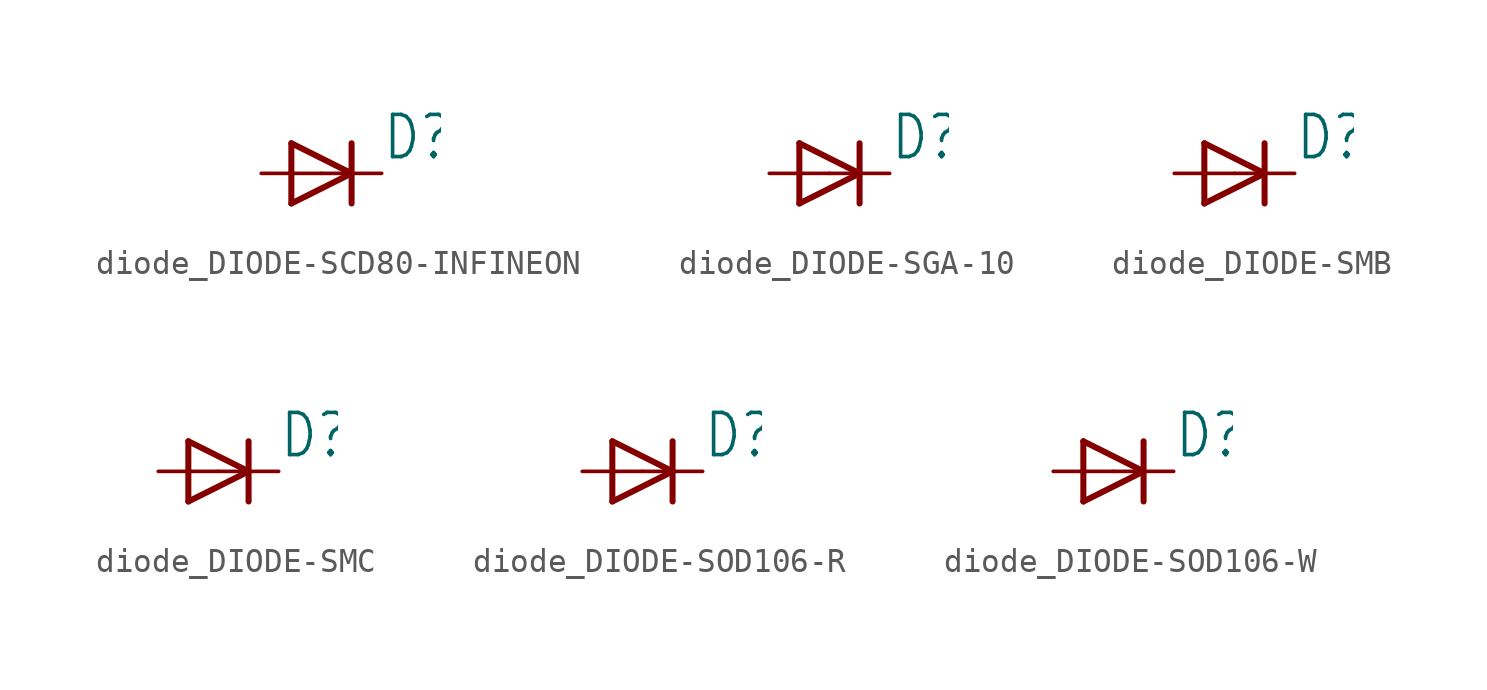
<source format=kicad_sym>
(kicad_symbol_lib
  (version 20231120)
  (generator "kicad_symbol_editor")
  (generator_version "8.0")
  (symbol "diode_DIODE-SCD80-INFINEON"
    (property "Reference" "D"
      (at 2.54 0.483 0)
      (effects (font (size 1.778 1.511)) (justify left bottom)))
    (property "Value" ""
      (at 2.54 -2.311 0)
      (effects (font (size 1.778 1.511)) (justify left bottom)))
    (property "ki_locked" ""
      (at 0 0 0)
      (effects (font (size 1.27 1.27))))
    (symbol "diode_DIODE-SCD80-INFINEON_1_0"
      (polyline (pts (xy -1.27 -1.27) (xy 1.27 0)) (stroke (width 0.254) (type solid)) (fill (type none)))
      (polyline (pts (xy -1.27 1.27) (xy -1.27 -1.27)) (stroke (width 0.254) (type solid)) (fill (type none)))
      (polyline (pts (xy 1.27 0) (xy -1.27 1.27)) (stroke (width 0.254) (type solid)) (fill (type none)))
      (polyline (pts (xy 1.27 0) (xy 1.27 -1.27)) (stroke (width 0.254) (type solid)) (fill (type none)))
      (polyline (pts (xy 1.27 1.27) (xy 1.27 0)) (stroke (width 0.254) (type solid)) (fill (type none)))
      (pin passive line (at -2.54 0 0) (length 2.54) (name "A" (effects (font (size 0 0)))) (number "A" (effects (font (size 0 0)))))
      (pin passive line (at 2.54 0 180) (length 2.54) (name "C" (effects (font (size 0 0)))) (number "C" (effects (font (size 0 0)))))))
  (symbol "diode_DIODE-SGA-10"
    (property "Reference" "D"
      (at 2.54 0.483 0)
      (effects (font (size 1.778 1.511)) (justify left bottom)))
    (property "Value" ""
      (at 2.54 -2.311 0)
      (effects (font (size 1.778 1.511)) (justify left bottom)))
    (property "ki_locked" ""
      (at 0 0 0)
      (effects (font (size 1.27 1.27))))
    (symbol "diode_DIODE-SGA-10_1_0"
      (polyline (pts (xy -1.27 -1.27) (xy 1.27 0)) (stroke (width 0.254) (type solid)) (fill (type none)))
      (polyline (pts (xy -1.27 1.27) (xy -1.27 -1.27)) (stroke (width 0.254) (type solid)) (fill (type none)))
      (polyline (pts (xy 1.27 0) (xy -1.27 1.27)) (stroke (width 0.254) (type solid)) (fill (type none)))
      (polyline (pts (xy 1.27 0) (xy 1.27 -1.27)) (stroke (width 0.254) (type solid)) (fill (type none)))
      (polyline (pts (xy 1.27 1.27) (xy 1.27 0)) (stroke (width 0.254) (type solid)) (fill (type none)))
      (pin passive line (at -2.54 0 0) (length 2.54) (name "A" (effects (font (size 0 0)))) (number "A" (effects (font (size 0 0)))))
      (pin passive line (at 2.54 0 180) (length 2.54) (name "C" (effects (font (size 0 0)))) (number "C" (effects (font (size 0 0)))))))
  (symbol "diode_DIODE-SMB"
    (property "Reference" "D"
      (at 2.54 0.483 0)
      (effects (font (size 1.778 1.511)) (justify left bottom)))
    (property "Value" ""
      (at 2.54 -2.311 0)
      (effects (font (size 1.778 1.511)) (justify left bottom)))
    (property "ki_locked" ""
      (at 0 0 0)
      (effects (font (size 1.27 1.27))))
    (symbol "diode_DIODE-SMB_1_0"
      (polyline (pts (xy -1.27 -1.27) (xy 1.27 0)) (stroke (width 0.254) (type solid)) (fill (type none)))
      (polyline (pts (xy -1.27 1.27) (xy -1.27 -1.27)) (stroke (width 0.254) (type solid)) (fill (type none)))
      (polyline (pts (xy 1.27 0) (xy -1.27 1.27)) (stroke (width 0.254) (type solid)) (fill (type none)))
      (polyline (pts (xy 1.27 0) (xy 1.27 -1.27)) (stroke (width 0.254) (type solid)) (fill (type none)))
      (polyline (pts (xy 1.27 1.27) (xy 1.27 0)) (stroke (width 0.254) (type solid)) (fill (type none)))
      (pin passive line (at -2.54 0 0) (length 2.54) (name "A" (effects (font (size 0 0)))) (number "A" (effects (font (size 0 0)))))
      (pin passive line (at 2.54 0 180) (length 2.54) (name "C" (effects (font (size 0 0)))) (number "C" (effects (font (size 0 0)))))))
  (symbol "diode_DIODE-SMC"
    (property "Reference" "D"
      (at 2.54 0.483 0)
      (effects (font (size 1.778 1.511)) (justify left bottom)))
    (property "Value" ""
      (at 2.54 -2.311 0)
      (effects (font (size 1.778 1.511)) (justify left bottom)))
    (property "ki_locked" ""
      (at 0 0 0)
      (effects (font (size 1.27 1.27))))
    (symbol "diode_DIODE-SMC_1_0"
      (polyline (pts (xy -1.27 -1.27) (xy 1.27 0)) (stroke (width 0.254) (type solid)) (fill (type none)))
      (polyline (pts (xy -1.27 1.27) (xy -1.27 -1.27)) (stroke (width 0.254) (type solid)) (fill (type none)))
      (polyline (pts (xy 1.27 0) (xy -1.27 1.27)) (stroke (width 0.254) (type solid)) (fill (type none)))
      (polyline (pts (xy 1.27 0) (xy 1.27 -1.27)) (stroke (width 0.254) (type solid)) (fill (type none)))
      (polyline (pts (xy 1.27 1.27) (xy 1.27 0)) (stroke (width 0.254) (type solid)) (fill (type none)))
      (pin passive line (at -2.54 0 0) (length 2.54) (name "A" (effects (font (size 0 0)))) (number "A" (effects (font (size 0 0)))))
      (pin passive line (at 2.54 0 180) (length 2.54) (name "C" (effects (font (size 0 0)))) (number "C" (effects (font (size 0 0)))))))
  (symbol "diode_DIODE-SOD106-R"
    (property "Reference" "D"
      (at 2.54 0.483 0)
      (effects (font (size 1.778 1.511)) (justify left bottom)))
    (property "Value" ""
      (at 2.54 -2.311 0)
      (effects (font (size 1.778 1.511)) (justify left bottom)))
    (property "ki_locked" ""
      (at 0 0 0)
      (effects (font (size 1.27 1.27))))
    (symbol "diode_DIODE-SOD106-R_1_0"
      (polyline (pts (xy -1.27 -1.27) (xy 1.27 0)) (stroke (width 0.254) (type solid)) (fill (type none)))
      (polyline (pts (xy -1.27 1.27) (xy -1.27 -1.27)) (stroke (width 0.254) (type solid)) (fill (type none)))
      (polyline (pts (xy 1.27 0) (xy -1.27 1.27)) (stroke (width 0.254) (type solid)) (fill (type none)))
      (polyline (pts (xy 1.27 0) (xy 1.27 -1.27)) (stroke (width 0.254) (type solid)) (fill (type none)))
      (polyline (pts (xy 1.27 1.27) (xy 1.27 0)) (stroke (width 0.254) (type solid)) (fill (type none)))
      (pin passive line (at -2.54 0 0) (length 2.54) (name "A" (effects (font (size 0 0)))) (number "A" (effects (font (size 0 0)))))
      (pin passive line (at 2.54 0 180) (length 2.54) (name "C" (effects (font (size 0 0)))) (number "C" (effects (font (size 0 0)))))))
  (symbol "diode_DIODE-SOD106-W"
    (property "Reference" "D"
      (at 2.54 0.483 0)
      (effects (font (size 1.778 1.511)) (justify left bottom)))
    (property "Value" ""
      (at 2.54 -2.311 0)
      (effects (font (size 1.778 1.511)) (justify left bottom)))
    (property "ki_locked" ""
      (at 0 0 0)
      (effects (font (size 1.27 1.27))))
    (symbol "diode_DIODE-SOD106-W_1_0"
      (polyline (pts (xy -1.27 -1.27) (xy 1.27 0)) (stroke (width 0.254) (type solid)) (fill (type none)))
      (polyline (pts (xy -1.27 1.27) (xy -1.27 -1.27)) (stroke (width 0.254) (type solid)) (fill (type none)))
      (polyline (pts (xy 1.27 0) (xy -1.27 1.27)) (stroke (width 0.254) (type solid)) (fill (type none)))
      (polyline (pts (xy 1.27 0) (xy 1.27 -1.27)) (stroke (width 0.254) (type solid)) (fill (type none)))
      (polyline (pts (xy 1.27 1.27) (xy 1.27 0)) (stroke (width 0.254) (type solid)) (fill (type none)))
      (pin passive line (at -2.54 0 0) (length 2.54) (name "A" (effects (font (size 0 0)))) (number "A" (effects (font (size 0 0)))))
      (pin passive line (at 2.54 0 180) (length 2.54) (name "C" (effects (font (size 0 0)))) (number "C" (effects (font (size 0 0))))))))
</source>
